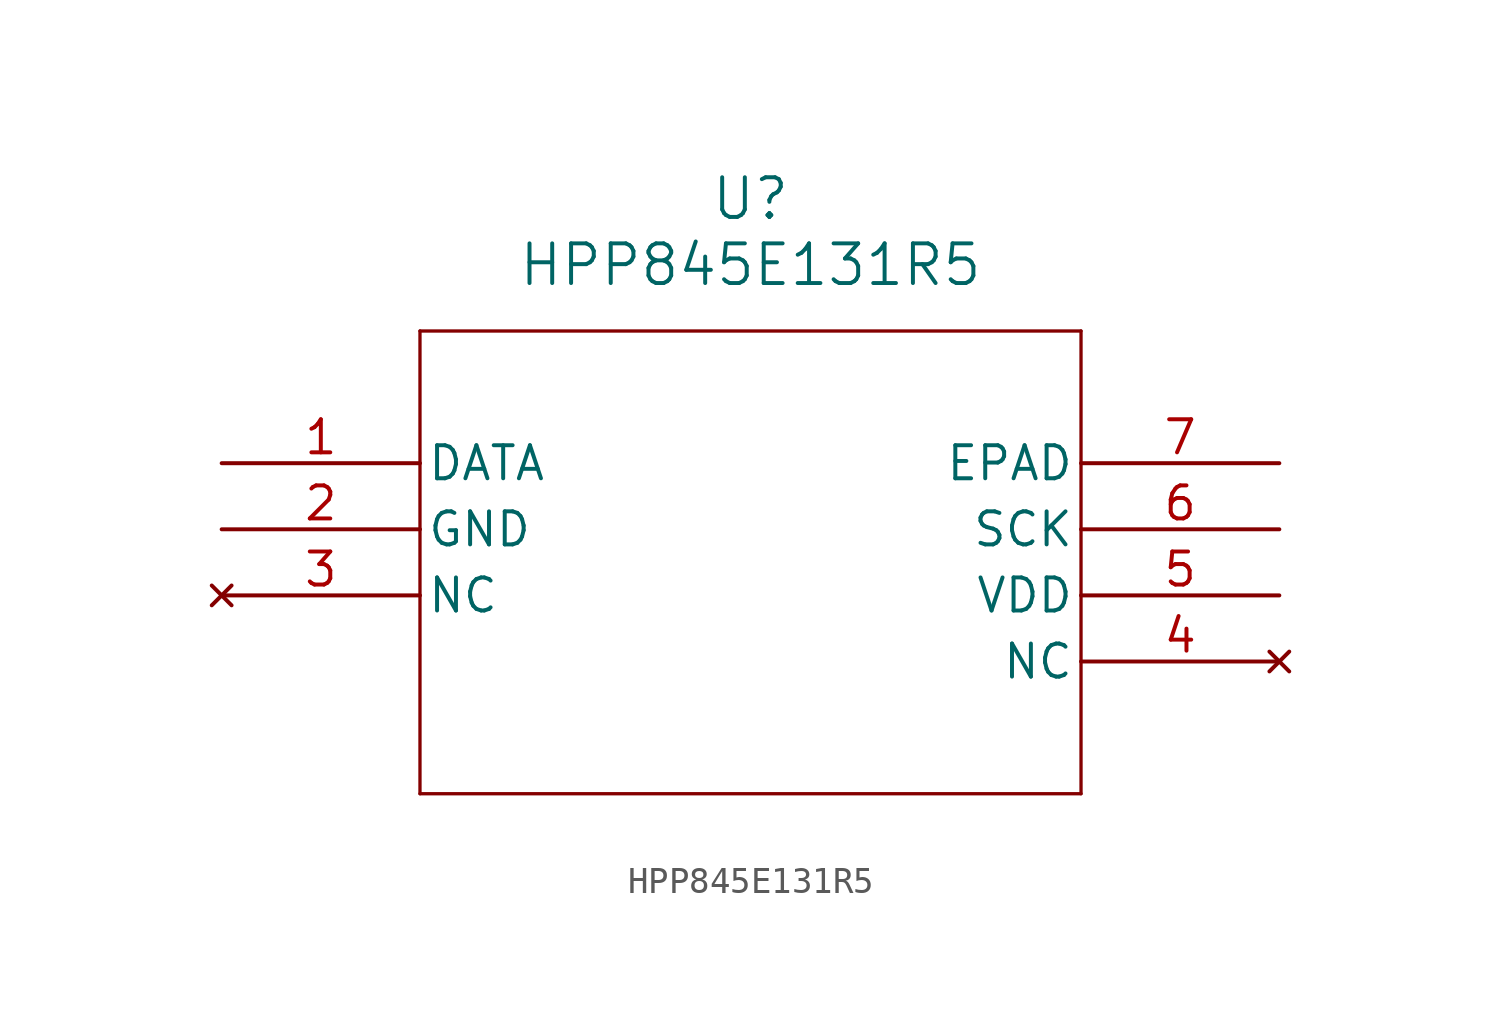
<source format=kicad_sym>
(kicad_symbol_lib
  (version 20231120)
  (generator "kicad_symbol_editor")
  (generator_version "8.0")
  (symbol "HPP845E131R5"
    (pin_names
      (offset 0.254))
    (property "Reference" "U"
      (at 20.32 10.16 0)
      (effects (font (size 1.524 1.524))))
    (property "Value" "HPP845E131R5"
      (at 20.32 7.62 0)
      (effects (font (size 1.524 1.524))))
    (symbol "HPP845E131R5_0_1"
      (polyline (pts (xy 7.62 -12.7) (xy 33.02 -12.7)) (stroke (width 0.127) (type default)) (fill (type none)))
      (polyline (pts (xy 7.62 5.08) (xy 7.62 -12.7)) (stroke (width 0.127) (type default)) (fill (type none)))
      (polyline (pts (xy 33.02 -12.7) (xy 33.02 5.08)) (stroke (width 0.127) (type default)) (fill (type none)))
      (polyline (pts (xy 33.02 5.08) (xy 7.62 5.08)) (stroke (width 0.127) (type default)) (fill (type none)))
      (pin unspecified line (at 0 0 0) (length 7.62) (name "DATA" (effects (font (size 1.27 1.27)))) (number "1" (effects (font (size 1.27 1.27)))))
      (pin power_out line (at 0 -2.54 0) (length 7.62) (name "GND" (effects (font (size 1.27 1.27)))) (number "2" (effects (font (size 1.27 1.27)))))
      (pin no_connect line (at 0 -5.08 0) (length 7.62) (name "NC" (effects (font (size 1.27 1.27)))) (number "3" (effects (font (size 1.27 1.27)))))
      (pin no_connect line (at 40.64 -7.62 180) (length 7.62) (name "NC" (effects (font (size 1.27 1.27)))) (number "4" (effects (font (size 1.27 1.27)))))
      (pin power_in line (at 40.64 -5.08 180) (length 7.62) (name "VDD" (effects (font (size 1.27 1.27)))) (number "5" (effects (font (size 1.27 1.27)))))
      (pin unspecified line (at 40.64 -2.54 180) (length 7.62) (name "SCK" (effects (font (size 1.27 1.27)))) (number "6" (effects (font (size 1.27 1.27)))))
      (pin unspecified line (at 40.64 0 180) (length 7.62) (name "EPAD" (effects (font (size 1.27 1.27)))) (number "7" (effects (font (size 1.27 1.27))))))))
</source>
